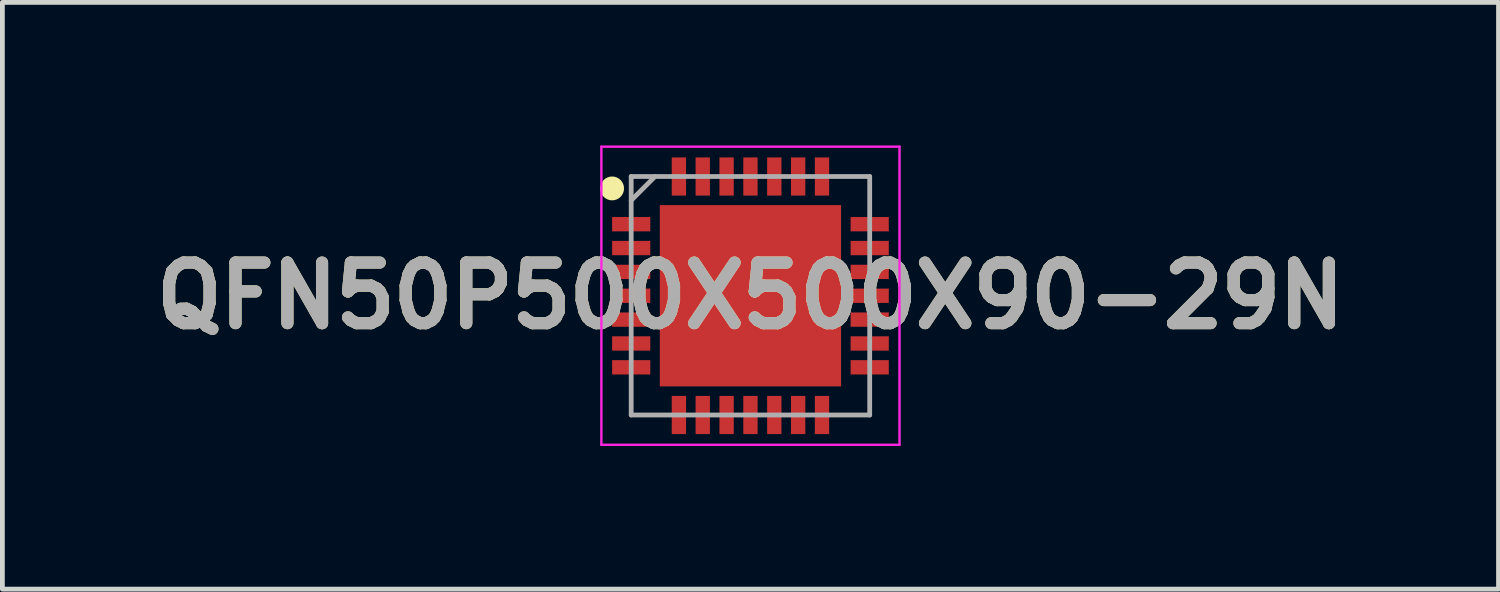
<source format=kicad_pcb>
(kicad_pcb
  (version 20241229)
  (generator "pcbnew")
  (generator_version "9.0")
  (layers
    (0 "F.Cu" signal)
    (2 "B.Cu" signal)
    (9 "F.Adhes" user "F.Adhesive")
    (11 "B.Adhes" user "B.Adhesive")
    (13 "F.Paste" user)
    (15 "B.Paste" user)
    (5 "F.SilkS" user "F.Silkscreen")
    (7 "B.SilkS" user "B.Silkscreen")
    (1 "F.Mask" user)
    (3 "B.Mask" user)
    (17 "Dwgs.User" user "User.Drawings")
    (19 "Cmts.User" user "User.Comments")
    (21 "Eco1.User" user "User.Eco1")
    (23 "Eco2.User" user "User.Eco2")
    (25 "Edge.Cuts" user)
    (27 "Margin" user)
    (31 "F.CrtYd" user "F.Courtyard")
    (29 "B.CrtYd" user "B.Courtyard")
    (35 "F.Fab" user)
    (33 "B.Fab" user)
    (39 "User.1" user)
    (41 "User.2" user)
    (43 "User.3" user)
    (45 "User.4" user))
  (footprint "QFN50P500X500X90-29N"
    (layer "F.Cu")
    (at 12.682 3.15)
    (property "Reference" "QFN50P500X500X90-29N" (at 0 0 0) (layer "F.SilkS") (effects (font (size 1.27 1.27) (thickness 0.254))))
    (attr smd)
    (fp_circle (center -2.9 -2.25) (end -2.9 -2.125) (stroke (width 0.25) (type solid)) (fill no) (layer "F.SilkS"))
    (fp_line (start -3.125 -3.125) (end 3.125 -3.125) (stroke (width 0.05) (type solid)) (layer "F.CrtYd"))
    (fp_line (start -3.125 3.125) (end -3.125 -3.125) (stroke (width 0.05) (type solid)) (layer "F.CrtYd"))
    (fp_line (start 3.125 -3.125) (end 3.125 3.125) (stroke (width 0.05) (type solid)) (layer "F.CrtYd"))
    (fp_line (start 3.125 3.125) (end -3.125 3.125) (stroke (width 0.05) (type solid)) (layer "F.CrtYd"))
    (fp_line (start -2.5 -2.5) (end 2.5 -2.5) (stroke (width 0.1) (type solid)) (layer "F.Fab"))
    (fp_line (start -2.5 -2) (end -2 -2.5) (stroke (width 0.1) (type solid)) (layer "F.Fab"))
    (fp_line (start -2.5 2.5) (end -2.5 -2.5) (stroke (width 0.1) (type solid)) (layer "F.Fab"))
    (fp_line (start 2.5 -2.5) (end 2.5 2.5) (stroke (width 0.1) (type solid)) (layer "F.Fab"))
    (fp_line (start 2.5 2.5) (end -2.5 2.5) (stroke (width 0.1) (type solid)) (layer "F.Fab"))
    (fp_text user "${REFERENCE}" (at 0 0 0) (layer "F.Fab") (effects (font (size 1.27 1.27) (thickness 0.254))))
    (pad "1" smd rect (at -2.5 -1.5 90) (size 0.3 0.8) (layers "F.Cu" "F.Mask" "F.Paste"))
    (pad "2" smd rect (at -2.5 -1 90) (size 0.3 0.8) (layers "F.Cu" "F.Mask" "F.Paste"))
    (pad "3" smd rect (at -2.5 -0.5 90) (size 0.3 0.8) (layers "F.Cu" "F.Mask" "F.Paste"))
    (pad "4" smd rect (at -2.5 0 90) (size 0.3 0.8) (layers "F.Cu" "F.Mask" "F.Paste"))
    (pad "5" smd rect (at -2.5 0.5 90) (size 0.3 0.8) (layers "F.Cu" "F.Mask" "F.Paste"))
    (pad "6" smd rect (at -2.5 1 90) (size 0.3 0.8) (layers "F.Cu" "F.Mask" "F.Paste"))
    (pad "7" smd rect (at -2.5 1.5 90) (size 0.3 0.8) (layers "F.Cu" "F.Mask" "F.Paste"))
    (pad "8" smd rect (at -1.5 2.5) (size 0.3 0.8) (layers "F.Cu" "F.Mask" "F.Paste"))
    (pad "9" smd rect (at -1 2.5) (size 0.3 0.8) (layers "F.Cu" "F.Mask" "F.Paste"))
    (pad "10" smd rect (at -0.5 2.5) (size 0.3 0.8) (layers "F.Cu" "F.Mask" "F.Paste"))
    (pad "11" smd rect (at 0 2.5) (size 0.3 0.8) (layers "F.Cu" "F.Mask" "F.Paste"))
    (pad "12" smd rect (at 0.5 2.5) (size 0.3 0.8) (layers "F.Cu" "F.Mask" "F.Paste"))
    (pad "13" smd rect (at 1 2.5) (size 0.3 0.8) (layers "F.Cu" "F.Mask" "F.Paste"))
    (pad "14" smd rect (at 1.5 2.5) (size 0.3 0.8) (layers "F.Cu" "F.Mask" "F.Paste"))
    (pad "15" smd rect (at 2.5 1.5 90) (size 0.3 0.8) (layers "F.Cu" "F.Mask" "F.Paste"))
    (pad "16" smd rect (at 2.5 1 90) (size 0.3 0.8) (layers "F.Cu" "F.Mask" "F.Paste"))
    (pad "17" smd rect (at 2.5 0.5 90) (size 0.3 0.8) (layers "F.Cu" "F.Mask" "F.Paste"))
    (pad "18" smd rect (at 2.5 0 90) (size 0.3 0.8) (layers "F.Cu" "F.Mask" "F.Paste"))
    (pad "19" smd rect (at 2.5 -0.5 90) (size 0.3 0.8) (layers "F.Cu" "F.Mask" "F.Paste"))
    (pad "20" smd rect (at 2.5 -1 90) (size 0.3 0.8) (layers "F.Cu" "F.Mask" "F.Paste"))
    (pad "21" smd rect (at 2.5 -1.5 90) (size 0.3 0.8) (layers "F.Cu" "F.Mask" "F.Paste"))
    (pad "22" smd rect (at 1.5 -2.5) (size 0.3 0.8) (layers "F.Cu" "F.Mask" "F.Paste"))
    (pad "23" smd rect (at 1 -2.5) (size 0.3 0.8) (layers "F.Cu" "F.Mask" "F.Paste"))
    (pad "24" smd rect (at 0.5 -2.5) (size 0.3 0.8) (layers "F.Cu" "F.Mask" "F.Paste"))
    (pad "25" smd rect (at 0 -2.5) (size 0.3 0.8) (layers "F.Cu" "F.Mask" "F.Paste"))
    (pad "26" smd rect (at -0.5 -2.5) (size 0.3 0.8) (layers "F.Cu" "F.Mask" "F.Paste"))
    (pad "27" smd rect (at -1 -2.5) (size 0.3 0.8) (layers "F.Cu" "F.Mask" "F.Paste"))
    (pad "28" smd rect (at -1.5 -2.5) (size 0.3 0.8) (layers "F.Cu" "F.Mask" "F.Paste"))
    (pad "29" smd rect (at 0 0) (size 3.8 3.8) (layers "F.Cu" "F.Mask" "F.Paste")))
  (gr_rect
    (start -3 -3)
    (end 28.364 9.3)
    (stroke (width 0.1) (type default))
    (fill no)
    (layer "Edge.Cuts")))
</source>
